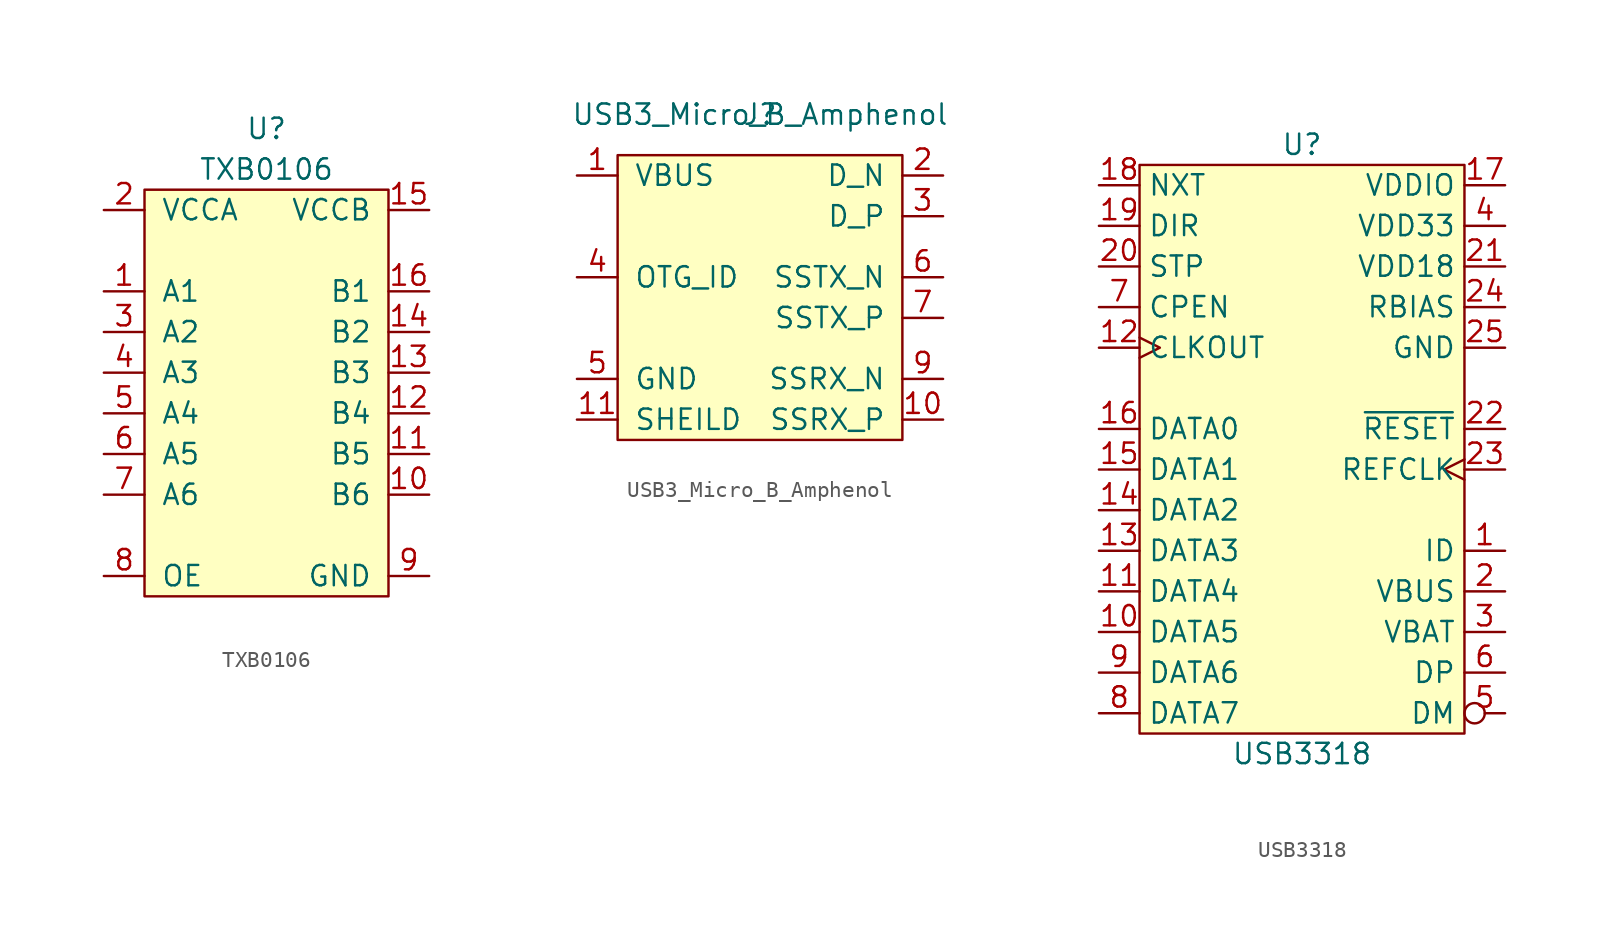
<source format=kicad_sym>
(kicad_symbol_lib
  (version 20201005)
  (generator kicad_symbol_editor)
  (symbol "lethalbit:TXB0106"
    (pin_names
      (offset 1.016))
    (property "Reference" "U"
      (at 0 16.51 0)
      (effects (font (size 1.27 1.27))))
    (property "Value" "TXB0106"
      (at 0 13.97 0)
      (effects (font (size 1.27 1.27))))
    (symbol "TXB0106_1_1"
      (rectangle (start -7.62 12.7) (end 7.62 -12.7) (stroke (width 0)) (fill (type background)))
      (pin bidirectional line (at -10.16 6.35 0) (length 2.54) (name "A1" (effects (font (size 1.27 1.27)))) (number "1" (effects (font (size 1.27 1.27)))))
      (pin bidirectional line (at 10.16 -6.35 180) (length 2.54) (name "B6" (effects (font (size 1.27 1.27)))) (number "10" (effects (font (size 1.27 1.27)))))
      (pin bidirectional line (at 10.16 -3.81 180) (length 2.54) (name "B5" (effects (font (size 1.27 1.27)))) (number "11" (effects (font (size 1.27 1.27)))))
      (pin bidirectional line (at 10.16 -1.27 180) (length 2.54) (name "B4" (effects (font (size 1.27 1.27)))) (number "12" (effects (font (size 1.27 1.27)))))
      (pin bidirectional line (at 10.16 1.27 180) (length 2.54) (name "B3" (effects (font (size 1.27 1.27)))) (number "13" (effects (font (size 1.27 1.27)))))
      (pin bidirectional line (at 10.16 3.81 180) (length 2.54) (name "B2" (effects (font (size 1.27 1.27)))) (number "14" (effects (font (size 1.27 1.27)))))
      (pin power_in line (at 10.16 11.43 180) (length 2.54) (name "VCCB" (effects (font (size 1.27 1.27)))) (number "15" (effects (font (size 1.27 1.27)))))
      (pin bidirectional line (at 10.16 6.35 180) (length 2.54) (name "B1" (effects (font (size 1.27 1.27)))) (number "16" (effects (font (size 1.27 1.27)))))
      (pin passive line (at 10.16 -11.43 180) (length 2.54) hide (name "GND" (effects (font (size 1.27 1.27)))) (number "17" (effects (font (size 1.27 1.27)))))
      (pin power_in line (at -10.16 11.43 0) (length 2.54) (name "VCCA" (effects (font (size 1.27 1.27)))) (number "2" (effects (font (size 1.27 1.27)))))
      (pin bidirectional line (at -10.16 3.81 0) (length 2.54) (name "A2" (effects (font (size 1.27 1.27)))) (number "3" (effects (font (size 1.27 1.27)))))
      (pin bidirectional line (at -10.16 1.27 0) (length 2.54) (name "A3" (effects (font (size 1.27 1.27)))) (number "4" (effects (font (size 1.27 1.27)))))
      (pin bidirectional line (at -10.16 -1.27 0) (length 2.54) (name "A4" (effects (font (size 1.27 1.27)))) (number "5" (effects (font (size 1.27 1.27)))))
      (pin bidirectional line (at -10.16 -3.81 0) (length 2.54) (name "A5" (effects (font (size 1.27 1.27)))) (number "6" (effects (font (size 1.27 1.27)))))
      (pin bidirectional line (at -10.16 -6.35 0) (length 2.54) (name "A6" (effects (font (size 1.27 1.27)))) (number "7" (effects (font (size 1.27 1.27)))))
      (pin bidirectional line (at -10.16 -11.43 0) (length 2.54) (name "OE" (effects (font (size 1.27 1.27)))) (number "8" (effects (font (size 1.27 1.27)))))
      (pin passive line (at 10.16 -11.43 180) (length 2.54) (name "GND" (effects (font (size 1.27 1.27)))) (number "9" (effects (font (size 1.27 1.27)))))))
  (symbol "lethalbit:USB3_Micro_B_Amphenol"
    (pin_names
      (offset 1.016))
    (property "Reference" "J"
      (at 0 11.43 0)
      (effects (font (size 1.27 1.27))))
    (property "Value" "USB3_Micro_B_Amphenol"
      (at 0 11.43 0)
      (effects (font (size 1.27 1.27))))
    (symbol "USB3_Micro_B_Amphenol_0_1"
      (rectangle (start -8.89 8.89) (end 8.89 -8.89) (stroke (width 0)) (fill (type background))))
    (symbol "USB3_Micro_B_Amphenol_1_1"
      (pin power_out line (at -11.43 7.62 0) (length 2.54) (name "VBUS" (effects (font (size 1.27 1.27)))) (number "1" (effects (font (size 1.27 1.27)))))
      (pin input line (at 11.43 -7.62 180) (length 2.54) (name "SSRX_P" (effects (font (size 1.27 1.27)))) (number "10" (effects (font (size 1.27 1.27)))))
      (pin passive line (at -11.43 -7.62 0) (length 2.54) (name "SHEILD" (effects (font (size 1.27 1.27)))) (number "11" (effects (font (size 1.27 1.27)))))
      (pin bidirectional line (at 11.43 7.62 180) (length 2.54) (name "D_N" (effects (font (size 1.27 1.27)))) (number "2" (effects (font (size 1.27 1.27)))))
      (pin bidirectional line (at 11.43 5.08 180) (length 2.54) (name "D_P" (effects (font (size 1.27 1.27)))) (number "3" (effects (font (size 1.27 1.27)))))
      (pin passive line (at -11.43 1.27 0) (length 2.54) (name "OTG_ID" (effects (font (size 1.27 1.27)))) (number "4" (effects (font (size 1.27 1.27)))))
      (pin passive line (at -11.43 -5.08 0) (length 2.54) (name "GND" (effects (font (size 1.27 1.27)))) (number "5" (effects (font (size 1.27 1.27)))))
      (pin output line (at 11.43 1.27 180) (length 2.54) (name "SSTX_N" (effects (font (size 1.27 1.27)))) (number "6" (effects (font (size 1.27 1.27)))))
      (pin output line (at 11.43 -1.27 180) (length 2.54) (name "SSTX_P" (effects (font (size 1.27 1.27)))) (number "7" (effects (font (size 1.27 1.27)))))
      (pin passive line (at -11.43 -5.08 0) (length 2.54) hide (name "GND" (effects (font (size 1.27 1.27)))) (number "8" (effects (font (size 1.27 1.27)))))
      (pin input line (at 11.43 -5.08 180) (length 2.54) (name "SSRX_N" (effects (font (size 1.27 1.27)))) (number "9" (effects (font (size 1.27 1.27)))))))
  (symbol "lethalbit:USB3318"
    (property "Reference" "U"
      (at 0 20.32 0)
      (effects (font (size 1.27 1.27))))
    (property "Value" "USB3318"
      (at 0 -17.78 0)
      (effects (font (size 1.27 1.27))))
    (symbol "USB3318_0_1"
      (rectangle (start -10.16 -16.51) (end 10.16 19.05) (stroke (width 0.152)) (fill (type background))))
    (symbol "USB3318_1_1"
      (pin input line (at 12.7 -5.08 180) (length 2.54) (name "ID" (effects (font (size 1.27 1.27)))) (number "1" (effects (font (size 1.27 1.27)))))
      (pin bidirectional line (at -12.7 -10.16 0) (length 2.54) (name "DATA5" (effects (font (size 1.27 1.27)))) (number "10" (effects (font (size 1.27 1.27)))))
      (pin bidirectional line (at -12.7 -7.62 0) (length 2.54) (name "DATA4" (effects (font (size 1.27 1.27)))) (number "11" (effects (font (size 1.27 1.27)))))
      (pin output clock (at -12.7 7.62 0) (length 2.54) (name "CLKOUT" (effects (font (size 1.27 1.27)))) (number "12" (effects (font (size 1.27 1.27)))))
      (pin bidirectional line (at -12.7 -5.08 0) (length 2.54) (name "DATA3" (effects (font (size 1.27 1.27)))) (number "13" (effects (font (size 1.27 1.27)))))
      (pin bidirectional line (at -12.7 -2.54 0) (length 2.54) (name "DATA2" (effects (font (size 1.27 1.27)))) (number "14" (effects (font (size 1.27 1.27)))))
      (pin bidirectional line (at -12.7 0 0) (length 2.54) (name "DATA1" (effects (font (size 1.27 1.27)))) (number "15" (effects (font (size 1.27 1.27)))))
      (pin bidirectional line (at -12.7 2.54 0) (length 2.54) (name "DATA0" (effects (font (size 1.27 1.27)))) (number "16" (effects (font (size 1.27 1.27)))))
      (pin power_in line (at 12.7 17.78 180) (length 2.54) (name "VDDIO" (effects (font (size 1.27 1.27)))) (number "17" (effects (font (size 1.27 1.27)))))
      (pin output line (at -12.7 17.78 0) (length 2.54) (name "NXT" (effects (font (size 1.27 1.27)))) (number "18" (effects (font (size 1.27 1.27)))))
      (pin output line (at -12.7 15.24 0) (length 2.54) (name "DIR" (effects (font (size 1.27 1.27)))) (number "19" (effects (font (size 1.27 1.27)))))
      (pin power_in line (at 12.7 -7.62 180) (length 2.54) (name "VBUS" (effects (font (size 1.27 1.27)))) (number "2" (effects (font (size 1.27 1.27)))))
      (pin input line (at -12.7 12.7 0) (length 2.54) (name "STP" (effects (font (size 1.27 1.27)))) (number "20" (effects (font (size 1.27 1.27)))))
      (pin power_in line (at 12.7 12.7 180) (length 2.54) (name "VDD18" (effects (font (size 1.27 1.27)))) (number "21" (effects (font (size 1.27 1.27)))))
      (pin input line (at 12.7 2.54 180) (length 2.54) (name "~RESET" (effects (font (size 1.27 1.27)))) (number "22" (effects (font (size 1.27 1.27)))))
      (pin input clock (at 12.7 0 180) (length 2.54) (name "REFCLK" (effects (font (size 1.27 1.27)))) (number "23" (effects (font (size 1.27 1.27)))))
      (pin passive line (at 12.7 10.16 180) (length 2.54) (name "RBIAS" (effects (font (size 1.27 1.27)))) (number "24" (effects (font (size 1.27 1.27)))))
      (pin passive line (at 12.7 7.62 180) (length 2.54) (name "GND" (effects (font (size 1.27 1.27)))) (number "25" (effects (font (size 1.27 1.27)))))
      (pin power_in line (at 12.7 -10.16 180) (length 2.54) (name "VBAT" (effects (font (size 1.27 1.27)))) (number "3" (effects (font (size 1.27 1.27)))))
      (pin power_in line (at 12.7 15.24 180) (length 2.54) (name "VDD33" (effects (font (size 1.27 1.27)))) (number "4" (effects (font (size 1.27 1.27)))))
      (pin bidirectional inverted (at 12.7 -15.24 180) (length 2.54) (name "DM" (effects (font (size 1.27 1.27)))) (number "5" (effects (font (size 1.27 1.27)))))
      (pin bidirectional line (at 12.7 -12.7 180) (length 2.54) (name "DP" (effects (font (size 1.27 1.27)))) (number "6" (effects (font (size 1.27 1.27)))))
      (pin output line (at -12.7 10.16 0) (length 2.54) (name "CPEN" (effects (font (size 1.27 1.27)))) (number "7" (effects (font (size 1.27 1.27)))))
      (pin bidirectional line (at -12.7 -15.24 0) (length 2.54) (name "DATA7" (effects (font (size 1.27 1.27)))) (number "8" (effects (font (size 1.27 1.27)))))
      (pin bidirectional line (at -12.7 -12.7 0) (length 2.54) (name "DATA6" (effects (font (size 1.27 1.27)))) (number "9" (effects (font (size 1.27 1.27))))))))
</source>
